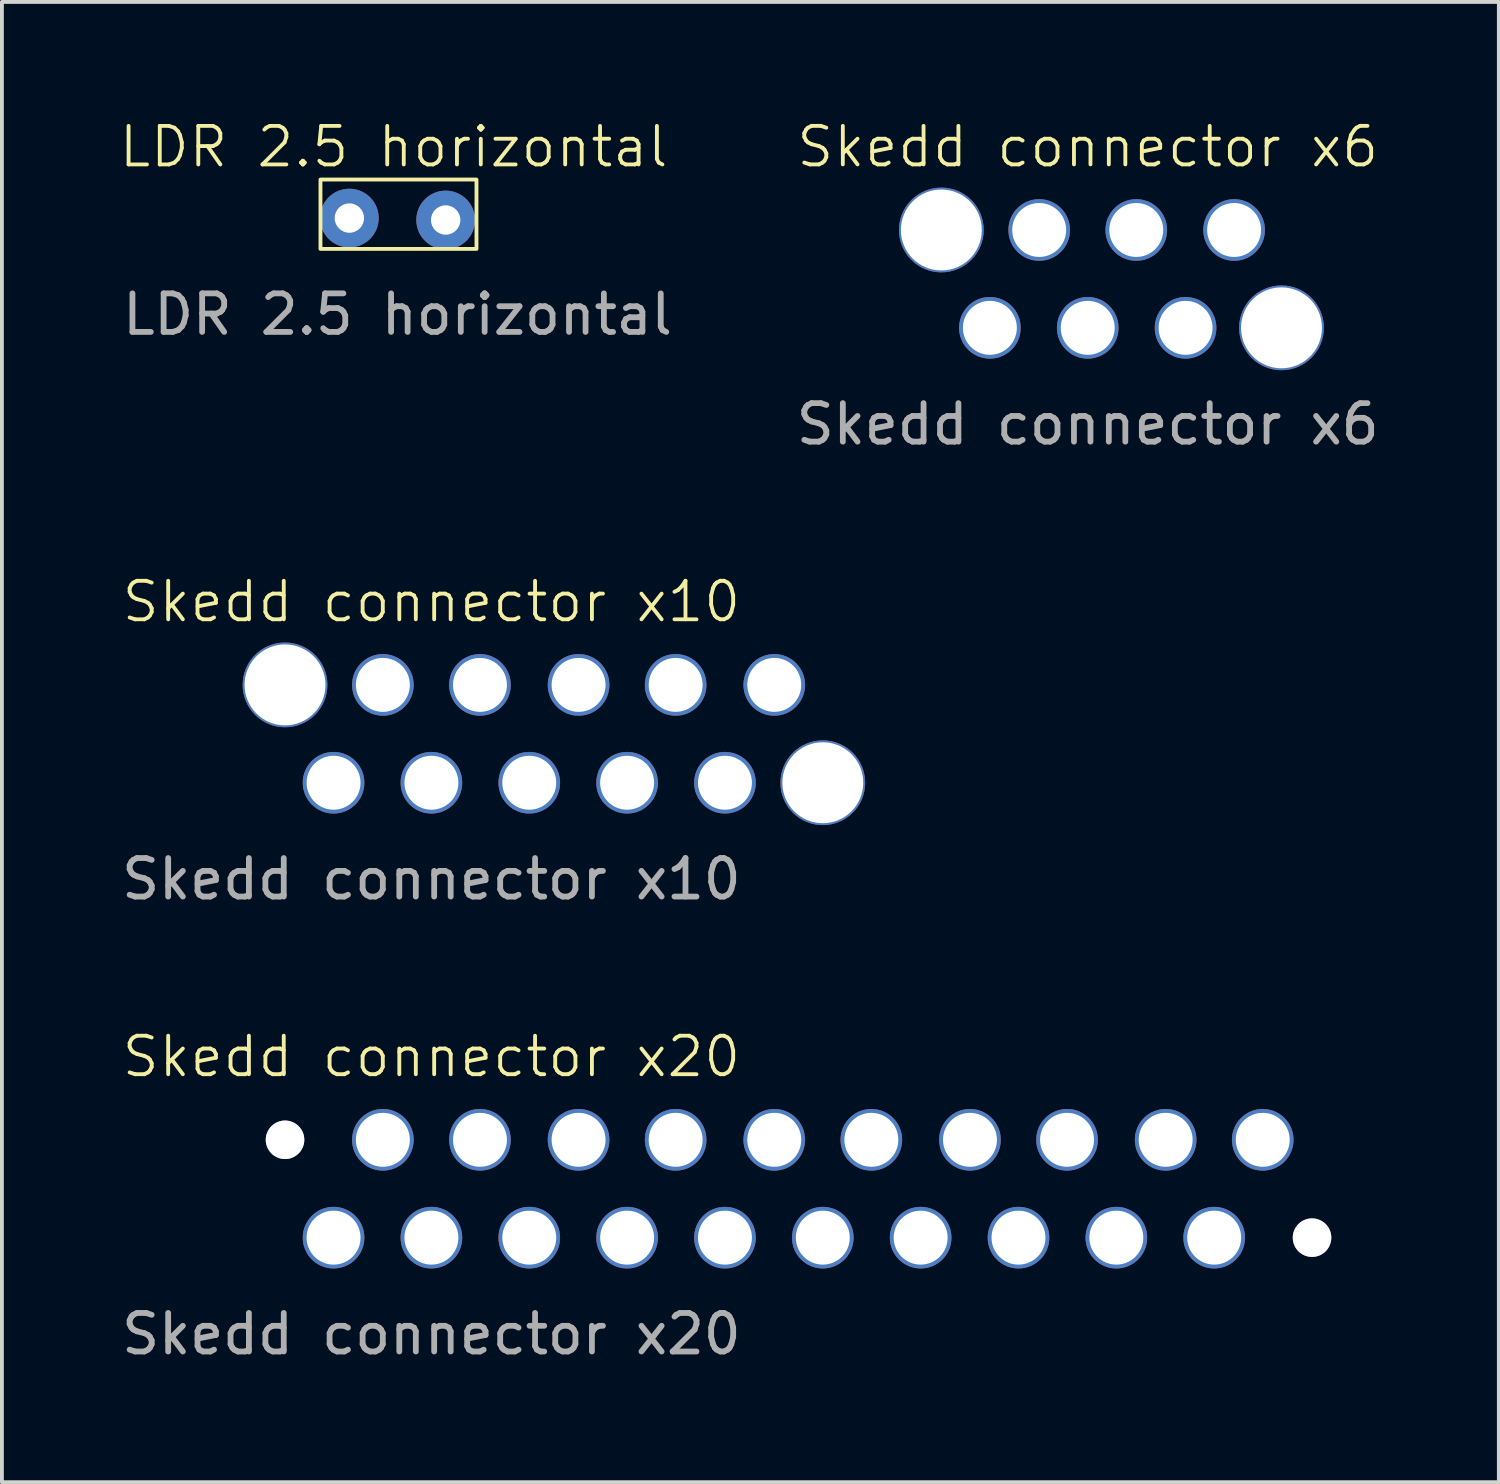
<source format=kicad_pcb>
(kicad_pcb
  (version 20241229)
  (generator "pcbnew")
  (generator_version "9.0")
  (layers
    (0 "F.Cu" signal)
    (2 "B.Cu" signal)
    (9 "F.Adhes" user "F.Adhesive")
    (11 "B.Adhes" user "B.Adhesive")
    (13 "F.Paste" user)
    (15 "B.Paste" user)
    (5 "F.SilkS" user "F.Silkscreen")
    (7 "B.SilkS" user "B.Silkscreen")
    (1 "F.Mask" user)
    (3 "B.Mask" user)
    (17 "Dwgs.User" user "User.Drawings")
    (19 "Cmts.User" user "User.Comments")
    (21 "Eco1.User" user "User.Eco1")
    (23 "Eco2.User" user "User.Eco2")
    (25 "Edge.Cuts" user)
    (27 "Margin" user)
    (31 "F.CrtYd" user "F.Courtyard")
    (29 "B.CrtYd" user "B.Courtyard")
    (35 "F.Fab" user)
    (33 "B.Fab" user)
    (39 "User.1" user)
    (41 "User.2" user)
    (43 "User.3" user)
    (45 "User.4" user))
  (footprint "Skedd connector x6"
    (layer "F.Cu")
    (at 25.186 5.46)
    (property "Reference" "Skedd connector x6" (at 0 -4.7 0) (unlocked yes) (layer "F.SilkS") (effects (font (size 1 1) (thickness 0.1))))
    (attr through_hole)
    (fp_text user "${REFERENCE}" (at 0 2.5 0) (unlocked yes) (layer "F.Fab") (effects (font (size 1 1) (thickness 0.15))))
    (pad "1" thru_hole circle (at -2.54 0) (size 1.6 1.6) (drill 1.4) (layers "*.Cu" "*.Mask"))
    (pad "2" thru_hole circle (at 0 0) (size 1.6 1.6) (drill 1.4) (layers "*.Cu" "*.Mask"))
    (pad "3" thru_hole circle (at 2.54 0) (size 1.6 1.6) (drill 1.4) (layers "*.Cu" "*.Mask"))
    (pad "4" thru_hole circle (at -1.26 -2.54) (size 1.6 1.6) (drill 1.4) (layers "*.Cu" "*.Mask"))
    (pad "5" thru_hole circle (at 1.26 -2.54) (size 1.6 1.6) (drill 1.4) (layers "*.Cu" "*.Mask"))
    (pad "6" thru_hole circle (at 3.8 -2.54) (size 1.6 1.6) (drill 1.4) (layers "*.Cu" "*.Mask"))
    (pad "7" thru_hole circle (at -3.8 -2.54) (size 2.2 2.2) (drill 2.1) (layers "*.Cu" "*.Mask"))
    (pad "7" thru_hole circle (at 5.03 0) (size 2.2 2.2) (drill 2.1) (layers "*.Cu" "*.Mask")))
  (footprint "Skedd connector x20"
    (layer "F.Cu")
    (at 8.149 29.078)
    (property "Reference" "Skedd connector x20" (at 0 -4.7 0) (unlocked yes) (layer "F.SilkS") (effects (font (size 1 1) (thickness 0.1))))
    (attr through_hole)
    (fp_text user "${REFERENCE}" (at 0 2.5 0) (unlocked yes) (layer "F.Fab") (effects (font (size 1 1) (thickness 0.15))))
    (pad "0" thru_hole circle (at -3.8 -2.54) (size 1 1) (drill 2.1) (layers "*.Cu" "*.Mask"))
    (pad "0" thru_hole circle (at 22.86 0) (size 1 1) (drill 2.1) (layers "*.Cu" "*.Mask"))
    (pad "1" thru_hole circle (at -2.54 0) (size 1.6 1.6) (drill 1.4) (layers "*.Cu" "*.Mask"))
    (pad "2" thru_hole circle (at 0 0) (size 1.6 1.6) (drill 1.4) (layers "*.Cu" "*.Mask"))
    (pad "3" thru_hole circle (at 2.54 0) (size 1.6 1.6) (drill 1.4) (layers "*.Cu" "*.Mask"))
    (pad "4" thru_hole circle (at 5.08 0) (size 1.6 1.6) (drill 1.4) (layers "*.Cu" "*.Mask"))
    (pad "5" thru_hole circle (at 7.62 0) (size 1.6 1.6) (drill 1.4) (layers "*.Cu" "*.Mask"))
    (pad "6" thru_hole circle (at 10.16 0) (size 1.6 1.6) (drill 1.4) (layers "*.Cu" "*.Mask"))
    (pad "7" thru_hole circle (at 12.7 0) (size 1.6 1.6) (drill 1.4) (layers "*.Cu" "*.Mask"))
    (pad "8" thru_hole circle (at 15.24 0) (size 1.6 1.6) (drill 1.4) (layers "*.Cu" "*.Mask"))
    (pad "9" thru_hole circle (at 17.78 0) (size 1.6 1.6) (drill 1.4) (layers "*.Cu" "*.Mask"))
    (pad "10" thru_hole circle (at 20.32 0) (size 1.6 1.6) (drill 1.4) (layers "*.Cu" "*.Mask"))
    (pad "11" thru_hole circle (at -1.26 -2.54) (size 1.6 1.6) (drill 1.4) (layers "*.Cu" "*.Mask"))
    (pad "12" thru_hole circle (at 1.26 -2.54) (size 1.6 1.6) (drill 1.4) (layers "*.Cu" "*.Mask"))
    (pad "13" thru_hole circle (at 3.82 -2.54) (size 1.6 1.6) (drill 1.4) (layers "*.Cu" "*.Mask"))
    (pad "14" thru_hole circle (at 6.34 -2.54) (size 1.6 1.6) (drill 1.4) (layers "*.Cu" "*.Mask"))
    (pad "15" thru_hole circle (at 8.9 -2.54) (size 1.6 1.6) (drill 1.4) (layers "*.Cu" "*.Mask"))
    (pad "16" thru_hole circle (at 11.42 -2.54) (size 1.6 1.6) (drill 1.4) (layers "*.Cu" "*.Mask"))
    (pad "17" thru_hole circle (at 13.98 -2.54) (size 1.6 1.6) (drill 1.4) (layers "*.Cu" "*.Mask"))
    (pad "18" thru_hole circle (at 16.5 -2.54) (size 1.6 1.6) (drill 1.4) (layers "*.Cu" "*.Mask"))
    (pad "19" thru_hole circle (at 19.06 -2.54) (size 1.6 1.6) (drill 1.4) (layers "*.Cu" "*.Mask"))
    (pad "20" thru_hole circle (at 21.58 -2.54) (size 1.6 1.6) (drill 1.4) (layers "*.Cu" "*.Mask")))
  (footprint "LDR 2.5 horizontal"
    (layer "F.Cu")
    (at 7.269 2.611)
    (property "Reference" "LDR 2.5 horizontal" (at -0.1 -1.85 0) (unlocked yes) (layer "F.SilkS") (effects (font (size 1 1) (thickness 0.1))))
    (attr through_hole)
    (fp_rect (start -2 -1) (end 2.05 0.8) (stroke (width 0.1) (type default)) (fill no) (layer "F.SilkS"))
    (fp_text user "${REFERENCE}" (at 0 2.5 0) (unlocked yes) (layer "F.Fab") (effects (font (size 1 1) (thickness 0.15))))
    (pad "1" thru_hole circle (at -1.25 0) (size 1.524 1.524) (drill 0.762) (layers "*.Cu" "*.Mask"))
    (pad "2" thru_hole circle (at 1.25 0.05) (size 1.524 1.524) (drill 0.762) (layers "*.Cu" "*.Mask")))
  (footprint "Skedd connector x10"
    (layer "F.Cu")
    (at 8.149 17.269)
    (property "Reference" "Skedd connector x10" (at 0 -4.7 0) (unlocked yes) (layer "F.SilkS") (effects (font (size 1 1) (thickness 0.1))))
    (attr through_hole)
    (fp_text user "${REFERENCE}" (at 0 2.5 0) (unlocked yes) (layer "F.Fab") (effects (font (size 1 1) (thickness 0.15))))
    (pad "0" thru_hole circle (at -3.8 -2.54) (size 2.2 2.2) (drill 2.1) (layers "*.Cu" "*.Mask"))
    (pad "0" thru_hole circle (at 10.16 0) (size 2.2 2.2) (drill 2.1) (layers "*.Cu" "*.Mask"))
    (pad "1" thru_hole circle (at -2.54 0) (size 1.6 1.6) (drill 1.4) (layers "*.Cu" "*.Mask"))
    (pad "2" thru_hole circle (at 0 0) (size 1.6 1.6) (drill 1.4) (layers "*.Cu" "*.Mask"))
    (pad "3" thru_hole circle (at 2.54 0) (size 1.6 1.6) (drill 1.4) (layers "*.Cu" "*.Mask"))
    (pad "4" thru_hole circle (at 5.08 0) (size 1.6 1.6) (drill 1.4) (layers "*.Cu" "*.Mask"))
    (pad "5" thru_hole circle (at 7.62 0) (size 1.6 1.6) (drill 1.4) (layers "*.Cu" "*.Mask"))
    (pad "6" thru_hole circle (at -1.26 -2.54) (size 1.6 1.6) (drill 1.4) (layers "*.Cu" "*.Mask"))
    (pad "7" thru_hole circle (at 1.26 -2.54) (size 1.6 1.6) (drill 1.4) (layers "*.Cu" "*.Mask"))
    (pad "8" thru_hole circle (at 3.82 -2.54) (size 1.6 1.6) (drill 1.4) (layers "*.Cu" "*.Mask"))
    (pad "9" thru_hole circle (at 6.34 -2.54) (size 1.6 1.6) (drill 1.4) (layers "*.Cu" "*.Mask"))
    (pad "10" thru_hole circle (at 8.9 -2.54) (size 1.6 1.6) (drill 1.4) (layers "*.Cu" "*.Mask")))
  (gr_rect
    (start -3 -3)
    (end 35.858 35.426)
    (stroke (width 0.1) (type default))
    (fill no)
    (layer "Edge.Cuts")))
</source>
